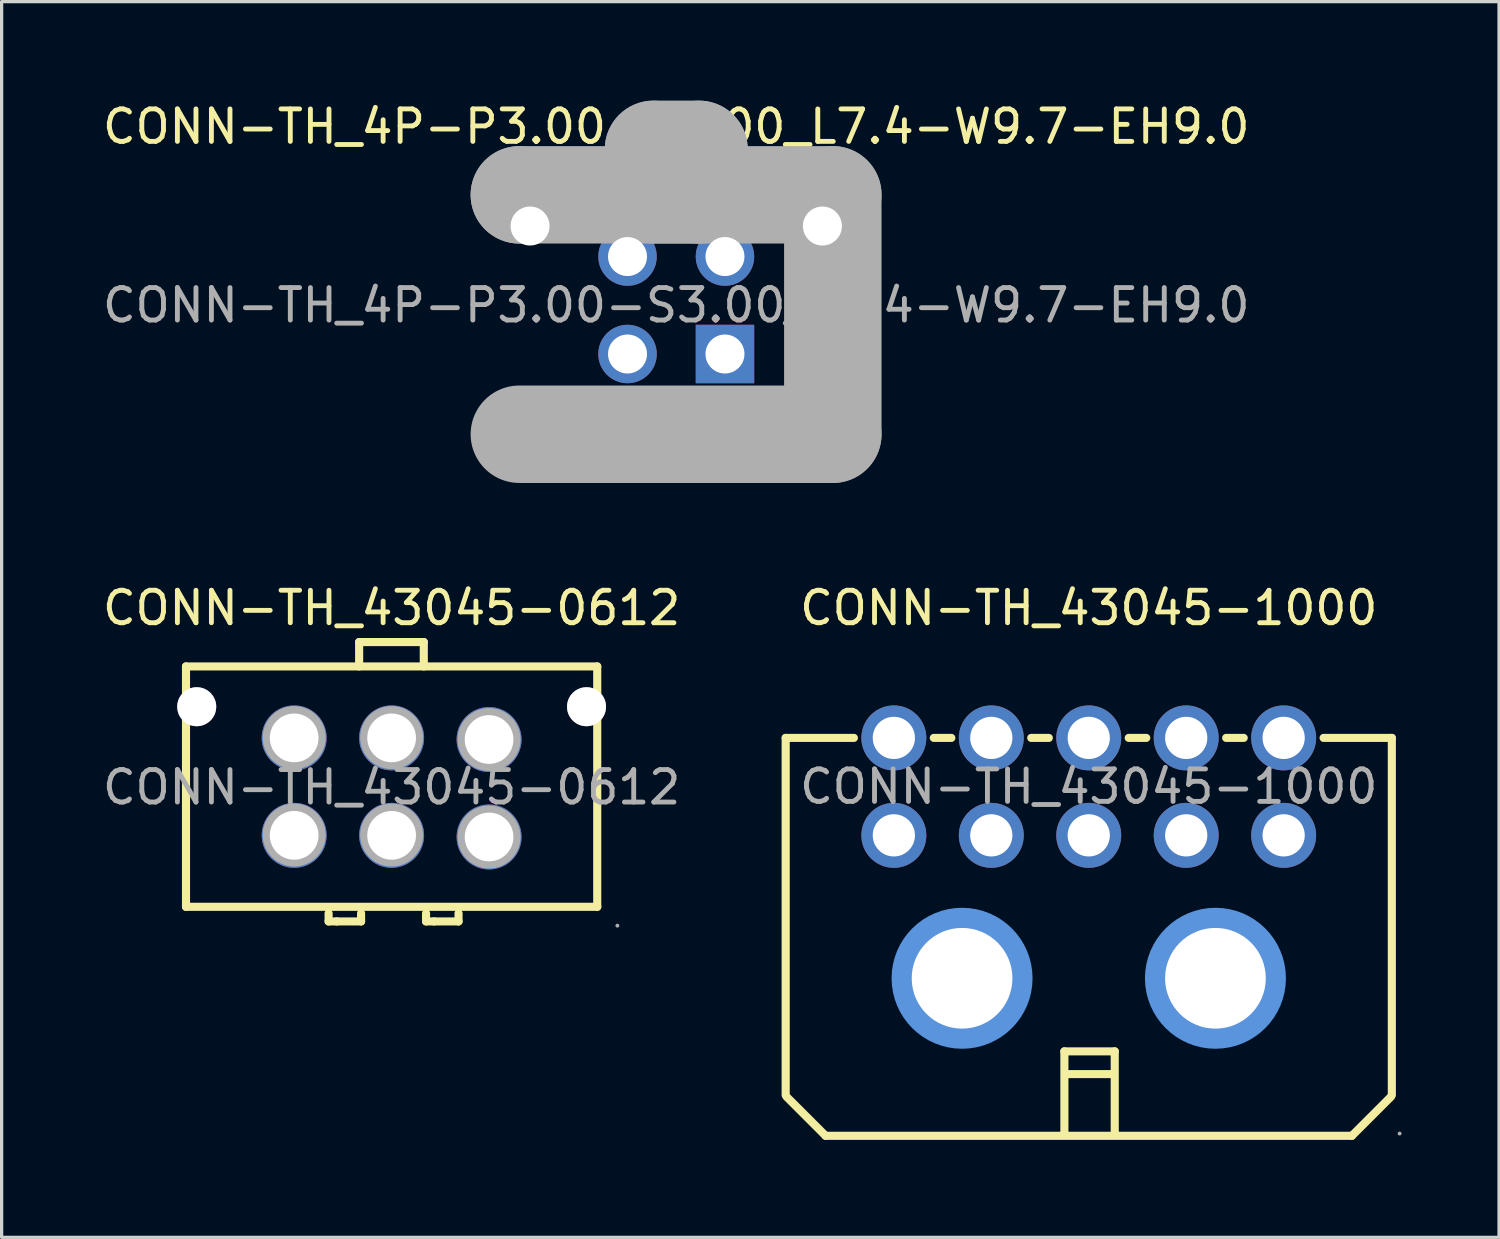
<source format=kicad_pcb>
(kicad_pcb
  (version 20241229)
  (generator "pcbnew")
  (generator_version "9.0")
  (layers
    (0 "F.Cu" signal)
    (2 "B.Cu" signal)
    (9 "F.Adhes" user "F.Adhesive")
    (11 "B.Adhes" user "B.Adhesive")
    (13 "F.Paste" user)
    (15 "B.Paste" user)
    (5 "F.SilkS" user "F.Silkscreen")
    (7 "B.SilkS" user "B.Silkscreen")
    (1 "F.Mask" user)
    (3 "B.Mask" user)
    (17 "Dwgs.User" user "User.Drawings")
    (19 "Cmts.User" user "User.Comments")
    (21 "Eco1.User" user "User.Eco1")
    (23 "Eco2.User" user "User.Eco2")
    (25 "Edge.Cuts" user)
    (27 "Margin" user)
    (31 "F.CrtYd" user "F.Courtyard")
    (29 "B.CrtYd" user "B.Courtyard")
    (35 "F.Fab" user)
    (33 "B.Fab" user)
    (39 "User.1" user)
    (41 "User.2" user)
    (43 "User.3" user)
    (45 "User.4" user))
  (footprint "CONN-TH_43045-1000"
    (layer "F.Cu")
    (at 30.467 21.166)
    (property "Reference" "CONN-TH_43045-1000" (at 0 -5.5 0) (layer "F.SilkS") (effects (font (size 1 1) (thickness 0.15))))
    (attr through_hole)
    (fp_line (start -9.33 -1.5) (end -7.23 -1.5) (stroke (width 0.25) (type solid)) (layer "F.SilkS"))
    (fp_line (start -9.33 9.5) (end -9.33 -1.5) (stroke (width 0.25) (type solid)) (layer "F.SilkS"))
    (fp_line (start -8.1 10.75) (end -9.3 9.55) (stroke (width 0.25) (type solid)) (layer "F.SilkS"))
    (fp_line (start -4.77 -1.5) (end -4.23 -1.5) (stroke (width 0.25) (type solid)) (layer "F.SilkS"))
    (fp_line (start -1.77 -1.5) (end -1.23 -1.5) (stroke (width 0.25) (type solid)) (layer "F.SilkS"))
    (fp_line (start -0.75 8.15) (end -0.75 10.7) (stroke (width 0.25) (type solid)) (layer "F.SilkS"))
    (fp_line (start -0.75 8.15) (end 0.8 8.15) (stroke (width 0.25) (type solid)) (layer "F.SilkS"))
    (fp_line (start -0.7 8.85) (end 0.75 8.85) (stroke (width 0.25) (type solid)) (layer "F.SilkS"))
    (fp_line (start 0.8 8.15) (end 0.8 10.7) (stroke (width 0.25) (type solid)) (layer "F.SilkS"))
    (fp_line (start 1.23 -1.5) (end 1.77 -1.5) (stroke (width 0.25) (type solid)) (layer "F.SilkS"))
    (fp_line (start 4.23 -1.5) (end 4.77 -1.5) (stroke (width 0.25) (type solid)) (layer "F.SilkS"))
    (fp_line (start 7.23 -1.5) (end 9.33 -1.5) (stroke (width 0.25) (type solid)) (layer "F.SilkS"))
    (fp_line (start 8.1 10.75) (end -8.1 10.75) (stroke (width 0.25) (type solid)) (layer "F.SilkS"))
    (fp_line (start 9.3 9.55) (end 8.1 10.75) (stroke (width 0.25) (type solid)) (layer "F.SilkS"))
    (fp_line (start 9.33 -1.5) (end 9.33 9.5) (stroke (width 0.25) (type solid)) (layer "F.SilkS"))
    (fp_circle (center -3.9 5.9) (end -3.18 5.9) (stroke (width 1.45) (type solid)) (fill no) (layer "Cmts.User"))
    (fp_circle (center 3.9 5.9) (end 4.62 5.9) (stroke (width 1.45) (type solid)) (fill no) (layer "Cmts.User"))
    (fp_circle (center 9.57 10.68) (end 9.6 10.68) (stroke (width 0.06) (type solid)) (fill no) (layer "F.Fab"))
    (fp_text user "${REFERENCE}" (at 0 0 0) (layer "F.Fab") (effects (font (size 1 1) (thickness 0.15))))
    (pad "" thru_hole circle (at -3.9 5.9) (size 3.1 3.1) (drill 3.1) (layers "*.Cu" "*.Mask"))
    (pad "" thru_hole circle (at 3.9 5.9) (size 3.1 3.1) (drill 3.1) (layers "*.Cu" "*.Mask"))
    (pad "1" thru_hole circle (at 6 1.5) (size 2 2) (drill 1.3) (layers "*.Cu" "*.Mask"))
    (pad "2" thru_hole circle (at 3 1.5) (size 2 2) (drill 1.3) (layers "*.Cu" "*.Mask"))
    (pad "3" thru_hole circle (at 0 1.5) (size 2 2) (drill 1.3) (layers "*.Cu" "*.Mask"))
    (pad "4" thru_hole circle (at -3 1.5) (size 2 2) (drill 1.3) (layers "*.Cu" "*.Mask"))
    (pad "5" thru_hole circle (at -6 1.5) (size 2 2) (drill 1.3) (layers "*.Cu" "*.Mask"))
    (pad "6" thru_hole circle (at 6 -1.5) (size 2 2) (drill 1.3) (layers "*.Cu" "*.Mask"))
    (pad "7" thru_hole circle (at 3 -1.5) (size 2 2) (drill 1.3) (layers "*.Cu" "*.Mask"))
    (pad "8" thru_hole circle (at 0 -1.5) (size 2 2) (drill 1.3) (layers "*.Cu" "*.Mask"))
    (pad "9" thru_hole circle (at -3 -1.5) (size 2 2) (drill 1.3) (layers "*.Cu" "*.Mask"))
    (pad "10" thru_hole circle (at -6 -1.5) (size 2 2) (drill 1.3) (layers "*.Cu" "*.Mask")))
  (footprint "CONN-TH_43045-0612"
    (layer "F.Cu")
    (at 9.006 21.186)
    (property "Reference" "CONN-TH_43045-0612" (at 0 -5.52 0) (layer "F.SilkS") (effects (font (size 1 1) (thickness 0.15))))
    (attr through_hole)
    (fp_line (start -6.33 -3.72) (end 6.33 -3.72) (stroke (width 0.25) (type solid)) (layer "F.SilkS"))
    (fp_line (start -6.33 3.68) (end -6.33 -3.72) (stroke (width 0.25) (type solid)) (layer "F.SilkS"))
    (fp_line (start -1.94 3.88) (end -1.94 4.13) (stroke (width 0.25) (type solid)) (layer "F.SilkS"))
    (fp_line (start -1.94 4.13) (end -1.69 4.13) (stroke (width 0.25) (type solid)) (layer "F.SilkS"))
    (fp_line (start -1.69 4.13) (end -0.94 4.13) (stroke (width 0.25) (type solid)) (layer "F.SilkS"))
    (fp_line (start -1 -4.47) (end 0.99 -4.47) (stroke (width 0.25) (type solid)) (layer "F.SilkS"))
    (fp_line (start -1 -3.72) (end -1 -4.47) (stroke (width 0.25) (type solid)) (layer "F.SilkS"))
    (fp_line (start -0.94 4.13) (end -0.94 3.88) (stroke (width 0.25) (type solid)) (layer "F.SilkS"))
    (fp_line (start 0.99 -4.47) (end 0.99 -3.72) (stroke (width 0.25) (type solid)) (layer "F.SilkS"))
    (fp_line (start 1.06 3.88) (end 1.06 4.13) (stroke (width 0.25) (type solid)) (layer "F.SilkS"))
    (fp_line (start 1.06 4.13) (end 1.31 4.13) (stroke (width 0.25) (type solid)) (layer "F.SilkS"))
    (fp_line (start 1.31 4.13) (end 2.06 4.13) (stroke (width 0.25) (type solid)) (layer "F.SilkS"))
    (fp_line (start 2.06 4.13) (end 2.06 3.88) (stroke (width 0.25) (type solid)) (layer "F.SilkS"))
    (fp_line (start 6.33 -3.72) (end 6.33 3.68) (stroke (width 0.25) (type solid)) (layer "F.SilkS"))
    (fp_line (start 6.33 3.68) (end -6.33 3.68) (stroke (width 0.25) (type solid)) (layer "F.SilkS"))
    (fp_circle (center -6 -2.48) (end -5.75 -2.48) (stroke (width 0.5) (type solid)) (fill no) (layer "F.Fab"))
    (fp_circle (center -3 -1.53) (end -2.68 -1.53) (stroke (width 0.65) (type solid)) (fill no) (layer "F.Fab"))
    (fp_circle (center -3 1.47) (end -2.68 1.47) (stroke (width 0.65) (type solid)) (fill no) (layer "F.Fab"))
    (fp_circle (center 0 -1.53) (end 0.32 -1.53) (stroke (width 0.65) (type solid)) (fill no) (layer "F.Fab"))
    (fp_circle (center 0 1.47) (end 0.32 1.47) (stroke (width 0.65) (type solid)) (fill no) (layer "F.Fab"))
    (fp_circle (center 3 -1.47) (end 3.32 -1.47) (stroke (width 0.65) (type solid)) (fill no) (layer "F.Fab"))
    (fp_circle (center 3 1.53) (end 3.32 1.53) (stroke (width 0.65) (type solid)) (fill no) (layer "F.Fab"))
    (fp_circle (center 6 -2.48) (end 6.25 -2.48) (stroke (width 0.5) (type solid)) (fill no) (layer "F.Fab"))
    (fp_circle (center 6.95 4.26) (end 6.98 4.26) (stroke (width 0.06) (type solid)) (fill no) (layer "F.Fab"))
    (fp_text user "${REFERENCE}" (at 0 0 0) (layer "F.Fab") (effects (font (size 1 1) (thickness 0.15))))
    (pad "" thru_hole circle (at -6 -2.48) (size 1.2 1.2) (drill 1.2) (layers "*.Cu" "*.Mask"))
    (pad "" thru_hole circle (at 6 -2.48) (size 1.2 1.2) (drill 1.2) (layers "*.Cu" "*.Mask"))
    (pad "1" thru_hole circle (at 3 1.53) (size 2 2) (drill 1.5) (layers "*.Cu" "*.Mask"))
    (pad "2" thru_hole circle (at 0 1.48) (size 2 2) (drill 1.5) (layers "*.Cu" "*.Mask"))
    (pad "3" thru_hole circle (at -3 1.48) (size 2 2) (drill 1.5) (layers "*.Cu" "*.Mask"))
    (pad "4" thru_hole circle (at 3 -1.47) (size 2 2) (drill 1.5) (layers "*.Cu" "*.Mask"))
    (pad "5" thru_hole circle (at 0 -1.52) (size 2 2) (drill 1.5) (layers "*.Cu" "*.Mask"))
    (pad "6" thru_hole circle (at -3 -1.52) (size 2 2) (drill 1.5) (layers "*.Cu" "*.Mask")))
  (footprint "CONN-TH_4P-P3.00-S3.00_L7.4-W9.7-EH9.0"
    (layer "F.Cu")
    (at 17.768 6.348)
    (property "Reference" "CONN-TH_4P-P3.00-S3.00_L7.4-W9.7-EH9.0" (at 0 -5.5 0) (layer "F.SilkS") (effects (font (size 1 1) (thickness 0.15))))
    (attr through_hole)
    (fp_line (start -4.83 -3.4) (end -4.83 -3.4) (stroke (width 3) (type solid)) (layer "F.Fab"))
    (fp_line (start -4.83 -3.4) (end 4.82 -3.4) (stroke (width 3) (type solid)) (layer "F.Fab"))
    (fp_line (start -0.7 -4.8) (end -0.7 -4.8) (stroke (width 3) (type solid)) (layer "F.Fab"))
    (fp_line (start -0.7 -4.8) (end 0.7 -4.8) (stroke (width 3) (type solid)) (layer "F.Fab"))
    (fp_line (start 0.7 -4.8) (end 0.7 -3.4) (stroke (width 3) (type solid)) (layer "F.Fab"))
    (fp_line (start 0.7 -3.4) (end -0.7 -3.4) (stroke (width 3) (type solid)) (layer "F.Fab"))
    (fp_line (start 4.82 -3.4) (end 4.82 3.97) (stroke (width 3) (type solid)) (layer "F.Fab"))
    (fp_line (start 4.82 3.97) (end -4.83 3.97) (stroke (width 3) (type solid)) (layer "F.Fab"))
    (fp_circle (center -4.5 -2.44) (end -4.25 -2.44) (stroke (width 0.5) (type solid)) (fill no) (layer "F.Fab"))
    (fp_circle (center -1.5 -1.5) (end -1.25 -1.5) (stroke (width 0.5) (type solid)) (fill no) (layer "F.Fab"))
    (fp_circle (center -1.5 1.5) (end -1.25 1.5) (stroke (width 0.5) (type solid)) (fill no) (layer "F.Fab"))
    (fp_circle (center 1.5 -1.5) (end 1.75 -1.5) (stroke (width 0.5) (type solid)) (fill no) (layer "F.Fab"))
    (fp_circle (center 1.5 1.5) (end 1.75 1.5) (stroke (width 0.5) (type solid)) (fill no) (layer "F.Fab"))
    (fp_circle (center 4.5 -2.44) (end 4.75 -2.44) (stroke (width 0.5) (type solid)) (fill no) (layer "F.Fab"))
    (fp_circle (center 5.46 4.1) (end 5.49 4.1) (stroke (width 0.06) (type solid)) (fill no) (layer "F.Fab"))
    (fp_text user "${REFERENCE}" (at 0 0 0) (layer "F.Fab") (effects (font (size 1 1) (thickness 0.15))))
    (pad "" np_thru_hole circle (at -4.5 -2.44) (size 1.2 1.2) (drill 1.2) (layers "*.Cu" "*.Mask"))
    (pad "" np_thru_hole circle (at 4.5 -2.44) (size 1.2 1.2) (drill 1.2) (layers "*.Cu" "*.Mask"))
    (pad "1" thru_hole rect (at 1.5 1.5) (size 1.8 1.8) (drill 1.2) (layers "*.Cu" "*.Mask"))
    (pad "2" thru_hole circle (at -1.5 1.5) (size 1.8 1.8) (drill 1.2) (layers "*.Cu" "*.Mask"))
    (pad "3" thru_hole circle (at 1.5 -1.5) (size 1.8 1.8) (drill 1.2) (layers "*.Cu" "*.Mask"))
    (pad "4" thru_hole circle (at -1.5 -1.5) (size 1.8 1.8) (drill 1.2) (layers "*.Cu" "*.Mask")))
  (gr_rect
    (start -3 -3)
    (end 43.097 35.041)
    (stroke (width 0.1) (type default))
    (fill no)
    (layer "Edge.Cuts")))
</source>
